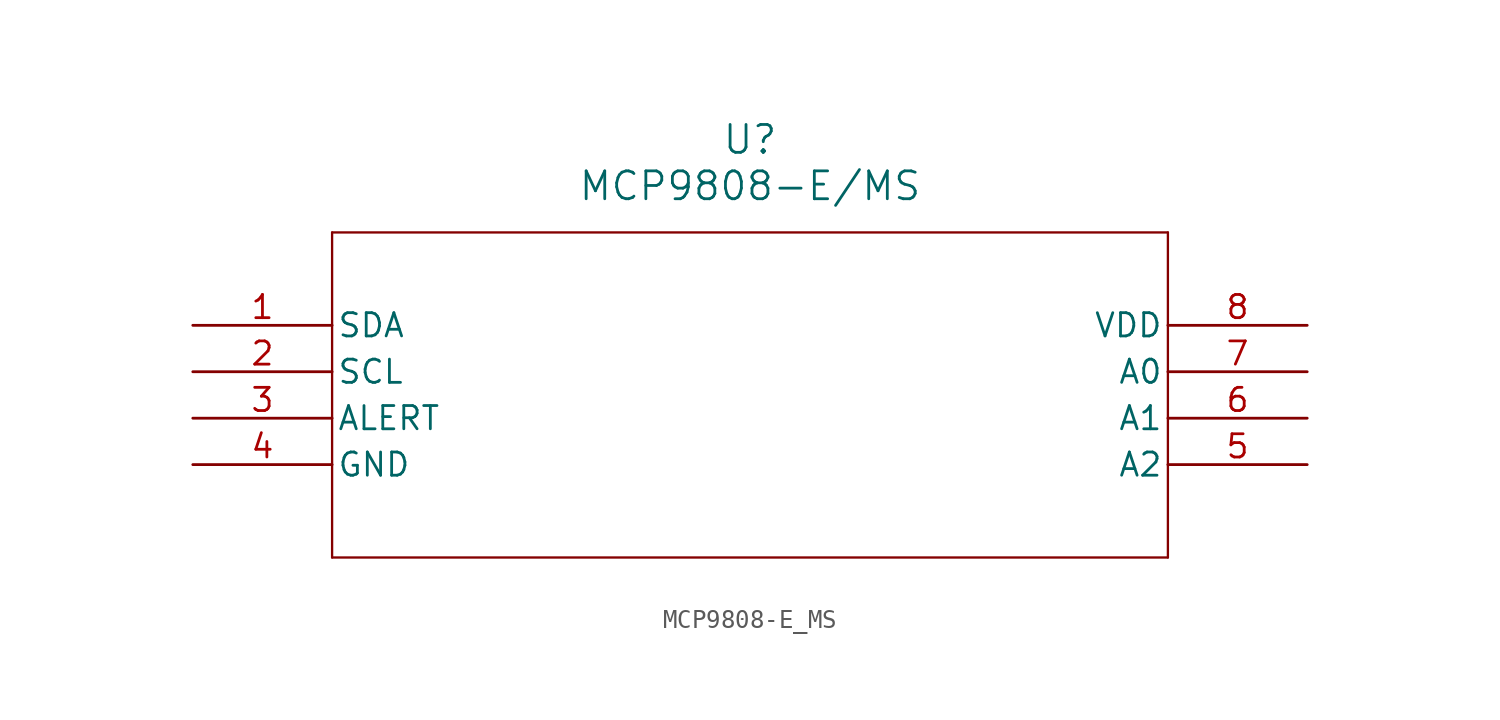
<source format=kicad_sym>
(kicad_symbol_lib
  (version 20211014)
  (generator kicad_symbol_editor)
  (symbol "MCP9808-E_MS"
    (pin_names
      (offset 0.254))
    (property "Reference" "U"
      (at 30.48 10.16 0)
      (effects (font (size 1.524 1.524))))
    (property "Value" "MCP9808-E/MS"
      (at 30.48 7.62 0)
      (effects (font (size 1.524 1.524))))
    (symbol "MCP9808-E_MS_0_1"
      (polyline (pts (xy 7.62 5.08) (xy 7.62 -12.7)) (stroke (width 0.127) (type default) (color 0 0 0 0)) (fill (type none)))
      (polyline (pts (xy 7.62 -12.7) (xy 53.34 -12.7)) (stroke (width 0.127) (type default) (color 0 0 0 0)) (fill (type none)))
      (polyline (pts (xy 53.34 -12.7) (xy 53.34 5.08)) (stroke (width 0.127) (type default) (color 0 0 0 0)) (fill (type none)))
      (polyline (pts (xy 53.34 5.08) (xy 7.62 5.08)) (stroke (width 0.127) (type default) (color 0 0 0 0)) (fill (type none)))
      (pin unspecified line (at 0 0 0) (length 7.62) (name "SDA" (effects (font (size 1.27 1.27)))) (number "1" (effects (font (size 1.27 1.27)))))
      (pin unspecified line (at 0 -2.54 0) (length 7.62) (name "SCL" (effects (font (size 1.27 1.27)))) (number "2" (effects (font (size 1.27 1.27)))))
      (pin output line (at 0 -5.08 0) (length 7.62) (name "ALERT" (effects (font (size 1.27 1.27)))) (number "3" (effects (font (size 1.27 1.27)))))
      (pin power_in line (at 0 -7.62 0) (length 7.62) (name "GND" (effects (font (size 1.27 1.27)))) (number "4" (effects (font (size 1.27 1.27)))))
      (pin unspecified line (at 60.96 -7.62 180) (length 7.62) (name "A2" (effects (font (size 1.27 1.27)))) (number "5" (effects (font (size 1.27 1.27)))))
      (pin unspecified line (at 60.96 -5.08 180) (length 7.62) (name "A1" (effects (font (size 1.27 1.27)))) (number "6" (effects (font (size 1.27 1.27)))))
      (pin unspecified line (at 60.96 -2.54 180) (length 7.62) (name "A0" (effects (font (size 1.27 1.27)))) (number "7" (effects (font (size 1.27 1.27)))))
      (pin power_in line (at 60.96 0 180) (length 7.62) (name "VDD" (effects (font (size 1.27 1.27)))) (number "8" (effects (font (size 1.27 1.27))))))))
</source>
